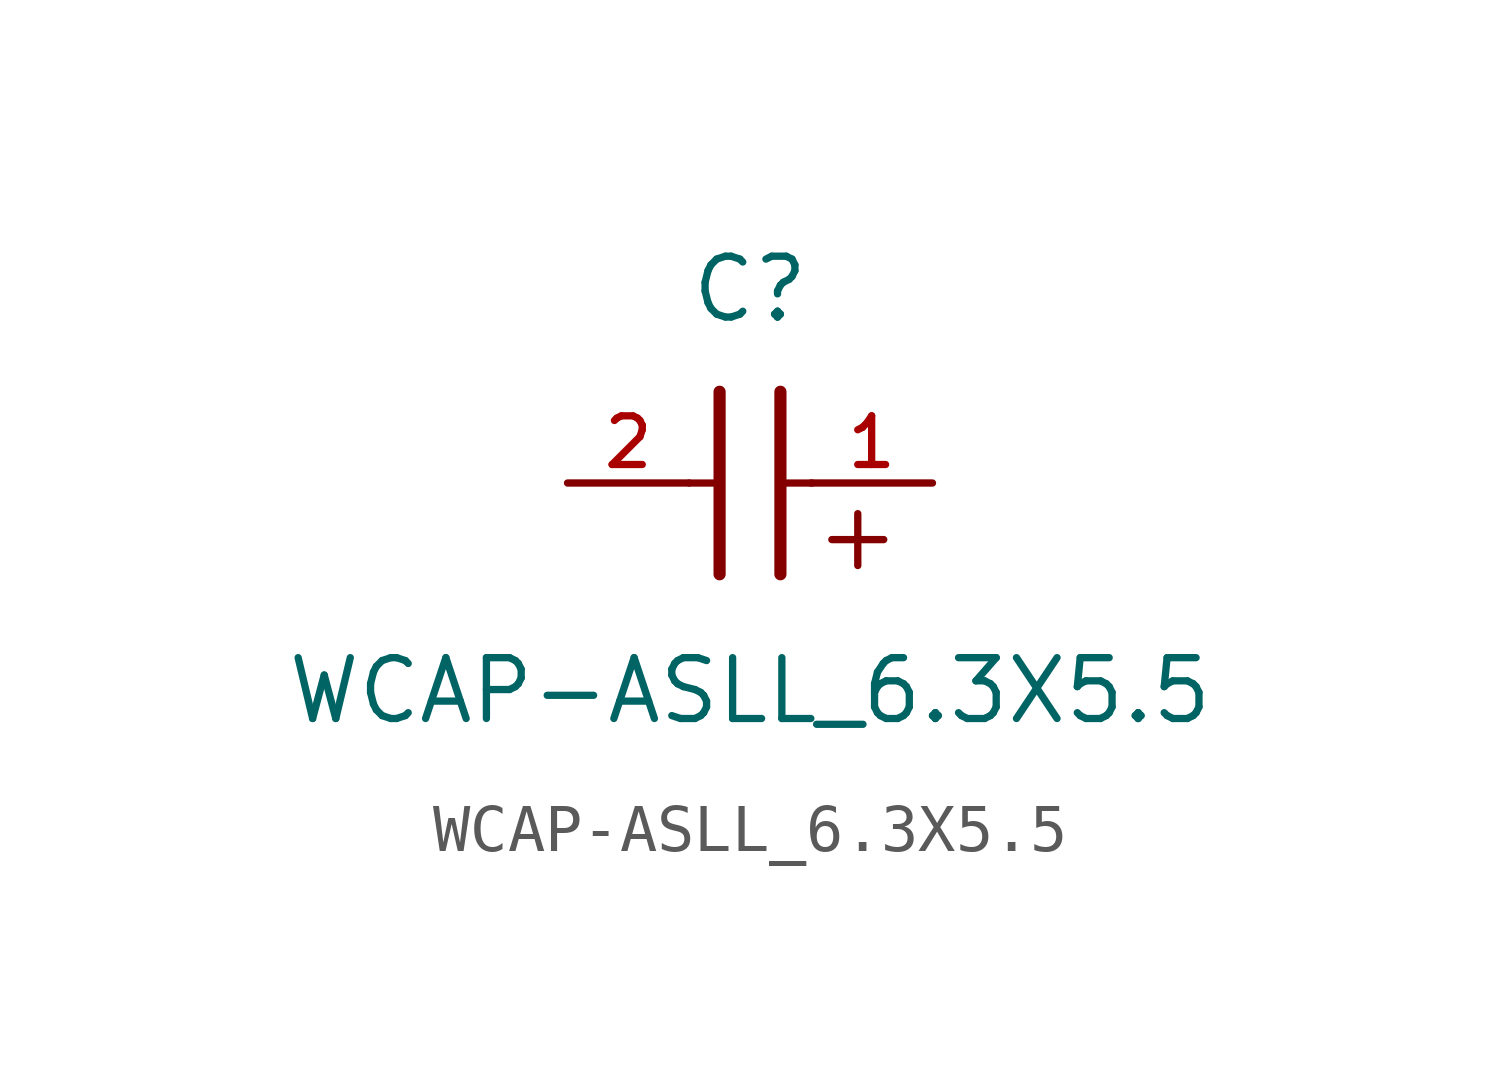
<source format=kicad_sym>
(kicad_symbol_lib
  (version 20211014)
  (generator kicad_symbol_editor)
  (symbol "WCAP-ASLL_6.3X5.5"
    (pin_names
      (offset 1.016))
    (property "Reference" "C"
      (at 1.27 3.302 0)
      (effects (font (size 1.27 1.27)) (justify bottom)))
    (property "Value" "WCAP-ASLL_6.3X5.5"
      (at 1.27 -5.08 0)
      (effects (font (size 1.27 1.27)) (justify bottom)))
    (symbol "WCAP-ASLL_6.3X5.5_0_0"
      (text "+" (at 2.54 -1.905 0) (effects (font (size 1.422 1.422)) (justify bottom left)))
      (polyline (pts (xy 1.905 1.905) (xy 1.905 -1.905)) (stroke (width 0.254)))
      (polyline (pts (xy 0.635 -1.905) (xy 0.635 1.905)) (stroke (width 0.254)))
      (polyline (pts (xy 0.0 0.0) (xy 0.643 0.0)) (stroke (width 0.152)))
      (polyline (pts (xy 1.928 0.0) (xy 2.57 0.0)) (stroke (width 0.152)))
      (pin passive line (at 5.08 0.0 180.0) (length 2.54) (name "~" (effects (font (size 1.016 1.016)))) (number "1" (effects (font (size 1.016 1.016)))))
      (pin passive line (at -2.54 0.0 0) (length 2.54) (name "~" (effects (font (size 1.016 1.016)))) (number "2" (effects (font (size 1.016 1.016))))))))
</source>
